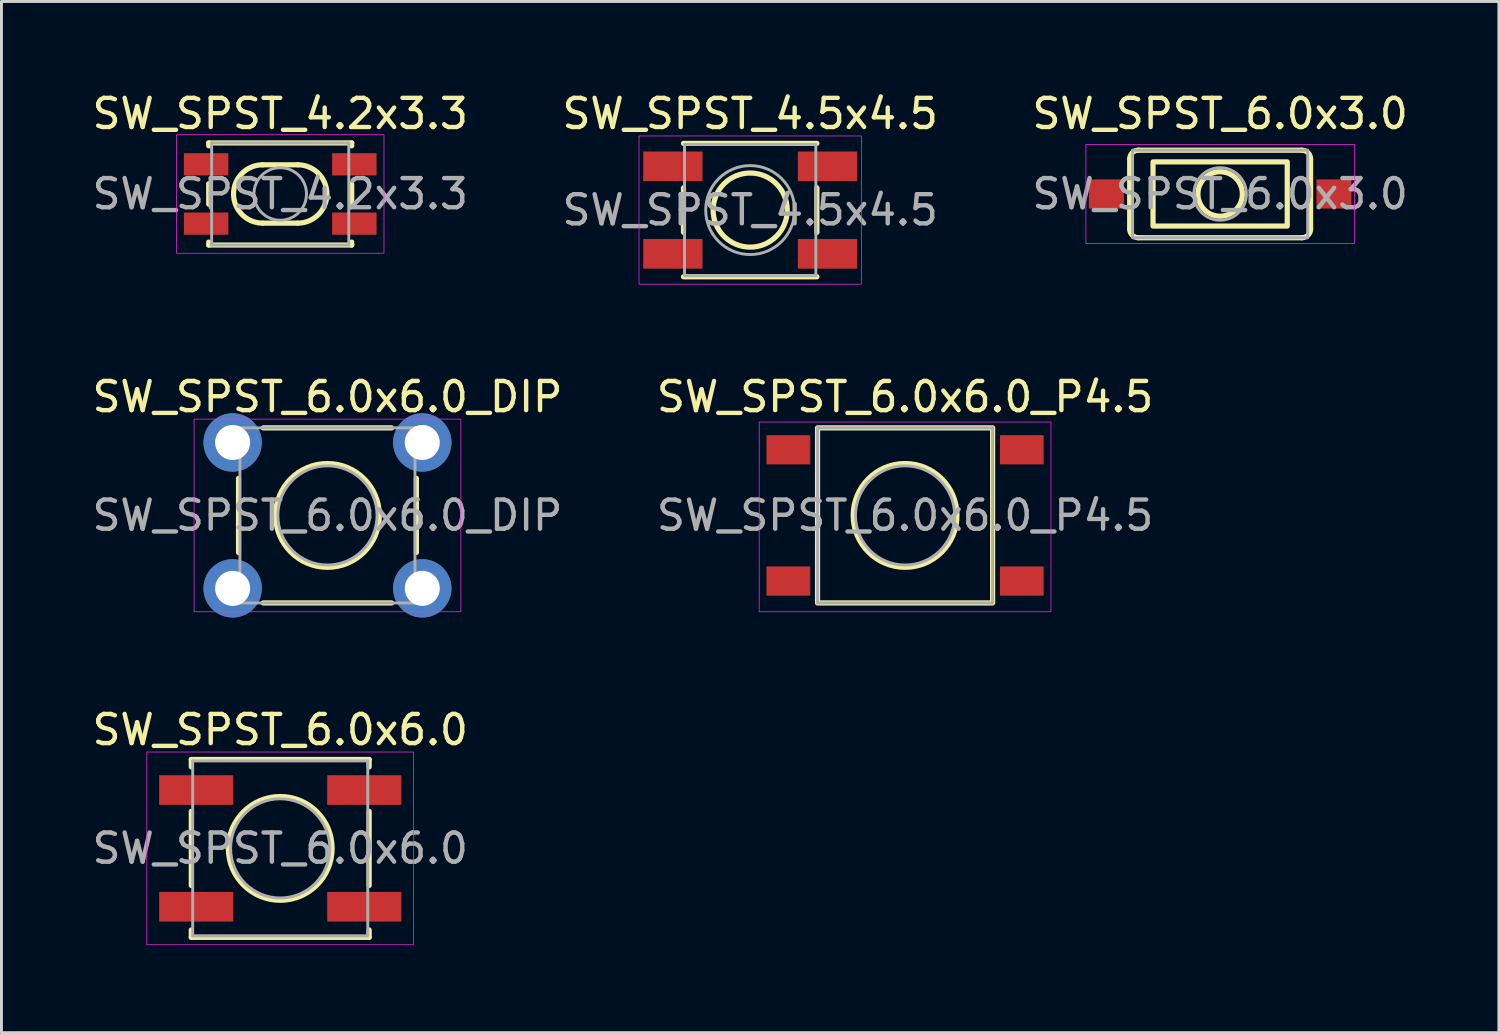
<source format=kicad_pcb>
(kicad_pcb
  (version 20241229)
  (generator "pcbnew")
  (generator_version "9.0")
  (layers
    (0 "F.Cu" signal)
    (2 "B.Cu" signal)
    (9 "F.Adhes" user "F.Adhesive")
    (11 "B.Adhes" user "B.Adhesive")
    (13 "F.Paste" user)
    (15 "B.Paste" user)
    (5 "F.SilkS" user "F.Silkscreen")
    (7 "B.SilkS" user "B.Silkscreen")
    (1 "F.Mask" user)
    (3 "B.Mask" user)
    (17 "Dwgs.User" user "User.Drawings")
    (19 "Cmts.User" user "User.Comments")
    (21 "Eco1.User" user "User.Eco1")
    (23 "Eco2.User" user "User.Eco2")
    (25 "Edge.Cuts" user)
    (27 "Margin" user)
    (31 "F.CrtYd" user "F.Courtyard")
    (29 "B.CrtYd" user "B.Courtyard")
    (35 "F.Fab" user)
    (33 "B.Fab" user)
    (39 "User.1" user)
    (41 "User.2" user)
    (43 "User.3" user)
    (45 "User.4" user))
  (footprint "SW_SPST_6.0x3.0"
    (layer "F.Cu")
    (at 38.768 3.598)
    (property "Reference" "SW_SPST_6.0x3.0" (at 0 -2.75 0) (layer "F.SilkS") (effects (font (size 1 1) (thickness 0.15))))
    (attr smd)
    (fp_line (start -3.1 1.2) (end -3.1 -1.2) (stroke (width 0.178) (type default)) (layer "F.SilkS"))
    (fp_line (start -2.8 -1.5) (end 2.8 -1.5) (stroke (width 0.178) (type default)) (layer "F.SilkS"))
    (fp_line (start 2.8 1.5) (end -2.8 1.5) (stroke (width 0.178) (type default)) (layer "F.SilkS"))
    (fp_line (start 3.1 -1.2) (end 3.1 1.2) (stroke (width 0.178) (type default)) (layer "F.SilkS"))
    (fp_rect (start -2.3 -1.1) (end 2.3 1.1) (stroke (width 0.178) (type solid)) (fill no) (layer "F.SilkS"))
    (fp_arc (start -3.1 -1.2) (mid -3.012132 -1.412132) (end -2.8 -1.5) (stroke (width 0.1778) (type default)) (layer "F.SilkS"))
    (fp_arc (start -2.8 1.5) (mid -3.012132 1.412132) (end -3.1 1.2) (stroke (width 0.1778) (type default)) (layer "F.SilkS"))
    (fp_arc (start 2.8 -1.5) (mid 3.012132 -1.412132) (end 3.1 -1.2) (stroke (width 0.1778) (type default)) (layer "F.SilkS"))
    (fp_arc (start 3.1 1.2) (mid 3.012132 1.412132) (end 2.8 1.5) (stroke (width 0.1778) (type default)) (layer "F.SilkS"))
    (fp_circle (center 0 0) (end 0.762 0) (stroke (width 0.178) (type solid)) (fill no) (layer "F.SilkS"))
    (fp_rect (start -4.6 1.7) (end 4.6 -1.7) (stroke (width 0.025) (type solid)) (fill no) (layer "F.CrtYd"))
    (fp_rect (start -3 -1.5) (end 3 1.5) (stroke (width 0.1) (type solid)) (fill no) (layer "F.Fab"))
    (fp_circle (center 0 0) (end 0.9 0) (stroke (width 0.1) (type solid)) (fill no) (layer "F.Fab"))
    (fp_text user "${REFERENCE}" (at 0 0 0) (layer "F.Fab") (effects (font (size 1 1) (thickness 0.15))))
    (pad "1" smd rect (at -3.9 0) (size 1.2 1) (layers "F.Cu" "F.Mask" "F.Paste"))
    (pad "2" smd rect (at 3.9 0) (size 1.2 1) (layers "F.Cu" "F.Mask" "F.Paste")))
  (footprint "SW_SPST_6.0x6.0_P4.5"
    (layer "F.Cu")
    (at 27.97 14.615)
    (property "Reference" "SW_SPST_6.0x6.0_P4.5" (at 0 -4.064 0) (layer "F.SilkS") (effects (font (size 1 1) (thickness 0.15))))
    (attr smd)
    (fp_rect (start -3 -3) (end 3 3) (stroke (width 0.178) (type solid)) (fill no) (layer "F.SilkS"))
    (fp_circle (center 0 0) (end 1.778 0) (stroke (width 0.178) (type solid)) (fill no) (layer "F.SilkS"))
    (fp_rect (start -5 -3.2) (end 5 3.302) (stroke (width 0.025) (type solid)) (fill no) (layer "F.CrtYd"))
    (fp_line (start -3 -3) (end 3 -3) (stroke (width 0.1) (type solid)) (layer "F.Fab"))
    (fp_line (start -3 3) (end -3 -3) (stroke (width 0.1) (type solid)) (layer "F.Fab"))
    (fp_line (start 3 -3) (end 3 3) (stroke (width 0.1) (type solid)) (layer "F.Fab"))
    (fp_line (start 3 3) (end -3 3) (stroke (width 0.1) (type solid)) (layer "F.Fab"))
    (fp_circle (center 0 0) (end 1.7 0) (stroke (width 0.1) (type solid)) (fill no) (layer "F.Fab"))
    (fp_text user "${REFERENCE}" (at 0 0 0) (layer "F.Fab") (effects (font (size 1 1) (thickness 0.15))))
    (pad "1" smd rect (at -4 -2.25) (size 1.5 1) (layers "F.Cu" "F.Mask" "F.Paste"))
    (pad "1" smd rect (at 4 -2.25) (size 1.5 1) (layers "F.Cu" "F.Mask" "F.Paste"))
    (pad "2" smd rect (at -4 2.25) (size 1.5 1) (layers "F.Cu" "F.Mask" "F.Paste"))
    (pad "2" smd rect (at 4 2.25) (size 1.5 1) (layers "F.Cu" "F.Mask" "F.Paste")))
  (footprint "SW_SPST_4.5x4.5"
    (layer "F.Cu")
    (at 22.661 4.15)
    (property "Reference" "SW_SPST_4.5x4.5" (at 0 -3.302 0) (layer "F.SilkS") (effects (font (size 1 1) (thickness 0.15))))
    (attr smd)
    (fp_line (start -2.286 -0.762) (end -2.286 0.762) (stroke (width 0.178) (type solid)) (layer "F.SilkS"))
    (fp_line (start -2.286 2.286) (end 2.286 2.286) (stroke (width 0.178) (type solid)) (layer "F.SilkS"))
    (fp_line (start 2.286 -2.286) (end -2.286 -2.286) (stroke (width 0.178) (type solid)) (layer "F.SilkS"))
    (fp_line (start 2.286 -0.762) (end 2.286 0.762) (stroke (width 0.178) (type solid)) (layer "F.SilkS"))
    (fp_circle (center 0 0) (end 1.27 0) (stroke (width 0.178) (type solid)) (fill no) (layer "F.SilkS"))
    (fp_rect (start -3.81 -2.54) (end 3.81 2.54) (stroke (width 0.025) (type solid)) (fill no) (layer "F.CrtYd"))
    (fp_rect (start -2.25 -2.25) (end 2.25 2.25) (stroke (width 0.1) (type solid)) (fill no) (layer "F.Fab"))
    (fp_circle (center 0 0) (end 1.524 0) (stroke (width 0.1) (type solid)) (fill no) (layer "F.Fab"))
    (fp_text user "${REFERENCE}" (at 0 0 0) (layer "F.Fab") (effects (font (size 1 1) (thickness 0.15))))
    (pad "1" smd rect (at -2.65 -1.5) (size 2.032 1.016) (layers "F.Cu" "F.Mask" "F.Paste"))
    (pad "2" smd rect (at 2.65 -1.5) (size 2.032 1.016) (layers "F.Cu" "F.Mask" "F.Paste"))
    (pad "3" smd rect (at -2.65 1.5) (size 2.032 1.016) (layers "F.Cu" "F.Mask" "F.Paste"))
    (pad "4" smd rect (at 2.65 1.5) (size 2.032 1.016) (layers "F.Cu" "F.Mask" "F.Paste")))
  (footprint "SW_SPST_4.2x3.3"
    (layer "F.Cu")
    (at 6.554 3.598)
    (property "Reference" "SW_SPST_4.2x3.3" (at 0 -2.75 0) (layer "F.SilkS") (effects (font (size 1 1) (thickness 0.15))))
    (attr smd)
    (fp_line (start -2.45 -1.75) (end -2.45 -1.65) (stroke (width 0.178) (type solid)) (layer "F.SilkS"))
    (fp_line (start -2.45 -0.35) (end -2.45 0.35) (stroke (width 0.178) (type solid)) (layer "F.SilkS"))
    (fp_line (start -2.45 1.65) (end -2.45 1.75) (stroke (width 0.178) (type solid)) (layer "F.SilkS"))
    (fp_line (start -2.45 1.75) (end 2.45 1.75) (stroke (width 0.178) (type solid)) (layer "F.SilkS"))
    (fp_line (start -0.6 -1) (end 0.6 -1) (stroke (width 0.178) (type default)) (layer "F.SilkS"))
    (fp_line (start -0.6 1) (end 0.6 1) (stroke (width 0.178) (type default)) (layer "F.SilkS"))
    (fp_line (start 2.45 -1.75) (end -2.45 -1.75) (stroke (width 0.178) (type solid)) (layer "F.SilkS"))
    (fp_line (start 2.45 -1.75) (end 2.45 -1.65) (stroke (width 0.178) (type solid)) (layer "F.SilkS"))
    (fp_line (start 2.45 -0.35) (end 2.45 0.35) (stroke (width 0.178) (type solid)) (layer "F.SilkS"))
    (fp_line (start 2.45 1.75) (end 2.45 1.65) (stroke (width 0.178) (type solid)) (layer "F.SilkS"))
    (fp_arc (start -0.6 1) (mid -1.6 0) (end -0.6 -1) (stroke (width 0.1778) (type default)) (layer "F.SilkS"))
    (fp_arc (start 0.6 -1) (mid 1.6 0) (end 0.6 1) (stroke (width 0.1778) (type default)) (layer "F.SilkS"))
    (fp_rect (start -3.556 2.032) (end 3.556 -2.032) (stroke (width 0.025) (type solid)) (fill no) (layer "F.CrtYd"))
    (fp_line (start -2.35 -1.75) (end 2.35 -1.75) (stroke (width 0.1) (type solid)) (layer "F.Fab"))
    (fp_line (start -2.35 1.75) (end -2.35 -1.75) (stroke (width 0.1) (type solid)) (layer "F.Fab"))
    (fp_line (start 2.35 -1.75) (end 2.35 1.75) (stroke (width 0.1) (type solid)) (layer "F.Fab"))
    (fp_line (start 2.35 1.75) (end -2.35 1.75) (stroke (width 0.1) (type solid)) (layer "F.Fab"))
    (fp_circle (center 0 0) (end 0.9 0) (stroke (width 0.1) (type solid)) (fill no) (layer "F.Fab"))
    (fp_text user "${REFERENCE}" (at 0 0 0) (layer "F.Fab") (effects (font (size 1 1) (thickness 0.15))))
    (pad "1" smd rect (at -2.54 -1.016) (size 1.524 0.762) (layers "F.Cu" "F.Mask" "F.Paste"))
    (pad "2" smd rect (at 2.54 -1.016) (size 1.524 0.762) (layers "F.Cu" "F.Mask" "F.Paste"))
    (pad "3" smd rect (at -2.54 1.016) (size 1.524 0.762) (layers "F.Cu" "F.Mask" "F.Paste"))
    (pad "4" smd rect (at 2.54 1.016) (size 1.524 0.762) (layers "F.Cu" "F.Mask" "F.Paste")))
  (footprint "SW_SPST_6.0x6.0_DIP"
    (layer "F.Cu")
    (at 8.173 14.615)
    (property "Reference" "SW_SPST_6.0x6.0_DIP" (at 0 -4.064 0) (layer "F.SilkS") (effects (font (size 1 1) (thickness 0.15))))
    (attr through_hole)
    (fp_line (start -3.048 -1.27) (end -3.048 1.27) (stroke (width 0.178) (type solid)) (layer "F.SilkS"))
    (fp_line (start -2.2 3) (end 2.2 3) (stroke (width 0.178) (type solid)) (layer "F.SilkS"))
    (fp_line (start 2.2 -3) (end -2.2 -3) (stroke (width 0.178) (type solid)) (layer "F.SilkS"))
    (fp_line (start 3.048 -1.27) (end 3.048 1.27) (stroke (width 0.178) (type solid)) (layer "F.SilkS"))
    (fp_circle (center 0 0) (end 1.778 0) (stroke (width 0.178) (type solid)) (fill no) (layer "F.SilkS"))
    (fp_rect (start -4.572 -3.302) (end 4.572 3.302) (stroke (width 0.025) (type solid)) (fill no) (layer "F.CrtYd"))
    (fp_line (start -3 -3) (end 3 -3) (stroke (width 0.1) (type solid)) (layer "F.Fab"))
    (fp_line (start -3 3) (end -3 -3) (stroke (width 0.1) (type solid)) (layer "F.Fab"))
    (fp_line (start 3 -3) (end 3 3) (stroke (width 0.1) (type solid)) (layer "F.Fab"))
    (fp_line (start 3 3) (end -3 3) (stroke (width 0.1) (type solid)) (layer "F.Fab"))
    (fp_circle (center 0 0) (end 1.7 0) (stroke (width 0.1) (type solid)) (fill no) (layer "F.Fab"))
    (fp_text user "${REFERENCE}" (at 0 0 0) (layer "F.Fab") (effects (font (size 1 1) (thickness 0.15))))
    (pad "1" thru_hole circle (at -3.25 -2.5) (size 2 2) (drill 1.2) (layers "*.Cu" "*.Mask"))
    (pad "1" thru_hole circle (at 3.25 -2.5) (size 2 2) (drill 1.2) (layers "*.Cu" "*.Mask"))
    (pad "2" thru_hole circle (at -3.25 2.5) (size 2 2) (drill 1.2) (layers "*.Cu" "*.Mask"))
    (pad "2" thru_hole circle (at 3.25 2.5) (size 2 2) (drill 1.2) (layers "*.Cu" "*.Mask")))
  (footprint "SW_SPST_6.0x6.0"
    (layer "F.Cu")
    (at 6.554 26.027)
    (property "Reference" "SW_SPST_6.0x6.0" (at 0 -4.064 0) (layer "F.SilkS") (effects (font (size 1 1) (thickness 0.15))))
    (attr smd)
    (fp_line (start -3.048 -3.048) (end -3.048 -2.794) (stroke (width 0.178) (type solid)) (layer "F.SilkS"))
    (fp_line (start -3.048 -1.27) (end -3.048 1.27) (stroke (width 0.178) (type solid)) (layer "F.SilkS"))
    (fp_line (start -3.048 2.794) (end -3.048 3.048) (stroke (width 0.178) (type solid)) (layer "F.SilkS"))
    (fp_line (start -3.048 3.048) (end 3.048 3.048) (stroke (width 0.178) (type solid)) (layer "F.SilkS"))
    (fp_line (start 3.048 -3.048) (end -3.048 -3.048) (stroke (width 0.178) (type solid)) (layer "F.SilkS"))
    (fp_line (start 3.048 -2.794) (end 3.048 -3.048) (stroke (width 0.178) (type solid)) (layer "F.SilkS"))
    (fp_line (start 3.048 -1.27) (end 3.048 1.27) (stroke (width 0.178) (type solid)) (layer "F.SilkS"))
    (fp_line (start 3.048 3.048) (end 3.048 2.794) (stroke (width 0.178) (type solid)) (layer "F.SilkS"))
    (fp_circle (center 0 0) (end 1.778 0) (stroke (width 0.178) (type solid)) (fill no) (layer "F.SilkS"))
    (fp_rect (start -4.572 -3.302) (end 4.572 3.302) (stroke (width 0.025) (type solid)) (fill no) (layer "F.CrtYd"))
    (fp_line (start -3 -3) (end 3 -3) (stroke (width 0.1) (type solid)) (layer "F.Fab"))
    (fp_line (start -3 3) (end -3 -3) (stroke (width 0.1) (type solid)) (layer "F.Fab"))
    (fp_line (start 3 -3) (end 3 3) (stroke (width 0.1) (type solid)) (layer "F.Fab"))
    (fp_line (start 3 3) (end -3 3) (stroke (width 0.1) (type solid)) (layer "F.Fab"))
    (fp_circle (center 0 0) (end 1.7 0) (stroke (width 0.1) (type solid)) (fill no) (layer "F.Fab"))
    (fp_text user "${REFERENCE}" (at 0 0 0) (layer "F.Fab") (effects (font (size 1 1) (thickness 0.15))))
    (pad "1" smd rect (at -2.88 -2) (size 2.54 1.016) (layers "F.Cu" "F.Mask" "F.Paste"))
    (pad "2" smd rect (at 2.88 -2) (size 2.54 1.016) (layers "F.Cu" "F.Mask" "F.Paste"))
    (pad "3" smd rect (at -2.88 2) (size 2.54 1.016) (layers "F.Cu" "F.Mask" "F.Paste"))
    (pad "4" smd rect (at 2.88 2) (size 2.54 1.016) (layers "F.Cu" "F.Mask" "F.Paste")))
  (gr_rect
    (start -3 -3)
    (end 48.321 32.342)
    (stroke (width 0.1) (type default))
    (fill no)
    (layer "Edge.Cuts")))
</source>
